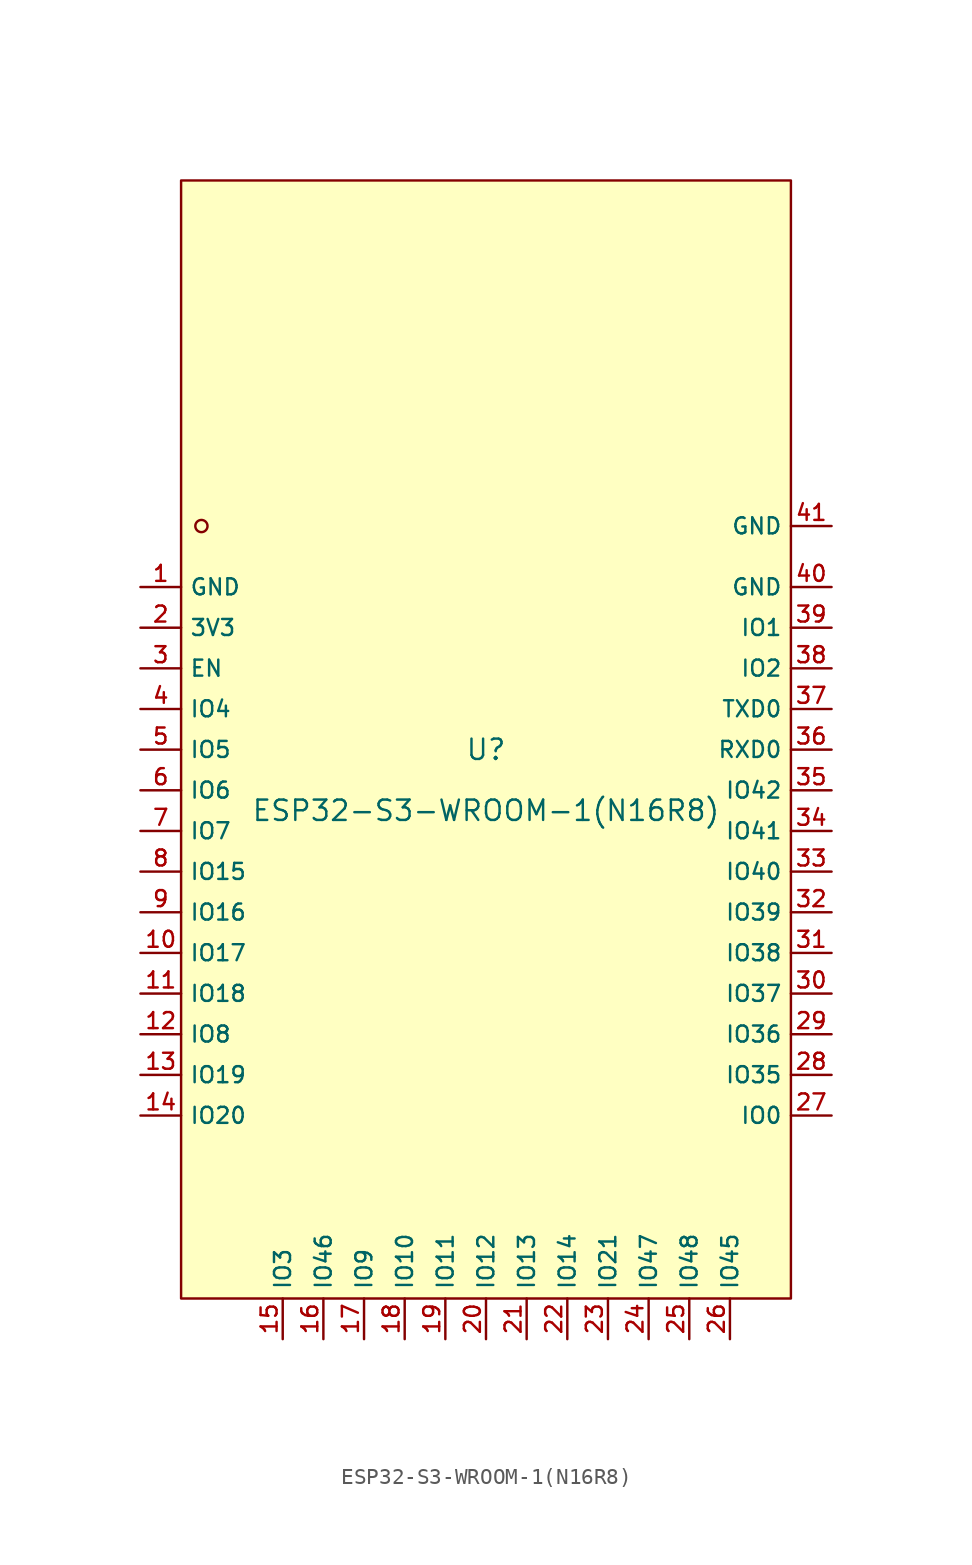
<source format=kicad_sym>
(kicad_symbol_lib
  (version 20210201)
  (generator TousstNicolas/JLC2KiCad_lib)
  (symbol "ESP32-S3-WROOM-1(N16R8)"
    (property "Reference" "U"
      (at 0 1.27 0)
      (effects (font (size 1.27 1.27))))
    (property "Value" "ESP32-S3-WROOM-1(N16R8)"
      (at 0 -2.54 0)
      (effects (font (size 1.27 1.27))))
    (symbol "ESP32-S3-WROOM-1(N16R8)_0_1"
      (rectangle (start -19.05 36.83) (end 19.05 -33.02) (stroke (width 0) (type default) (color 0 0 0 0)) (fill (type background)))
      (circle (center -17.78 15.24) (radius 0.381) (stroke (width 0) (type default) (color 0 0 0 0)) (fill (type background)))
      (pin unspecified line (at -21.59 11.43 0) (length 2.54) (name "GND" (effects (font (size 1 1)))) (number "1" (effects (font (size 1 1)))))
      (pin unspecified line (at -21.59 8.89 0) (length 2.54) (name "3V3" (effects (font (size 1 1)))) (number "2" (effects (font (size 1 1)))))
      (pin unspecified line (at -21.59 6.35 0) (length 2.54) (name "EN" (effects (font (size 1 1)))) (number "3" (effects (font (size 1 1)))))
      (pin unspecified line (at -21.59 3.81 0) (length 2.54) (name "IO4" (effects (font (size 1 1)))) (number "4" (effects (font (size 1 1)))))
      (pin unspecified line (at -21.59 1.27 0) (length 2.54) (name "IO5" (effects (font (size 1 1)))) (number "5" (effects (font (size 1 1)))))
      (pin unspecified line (at -21.59 -1.27 0) (length 2.54) (name "IO6" (effects (font (size 1 1)))) (number "6" (effects (font (size 1 1)))))
      (pin unspecified line (at -21.59 -3.81 0) (length 2.54) (name "IO7" (effects (font (size 1 1)))) (number "7" (effects (font (size 1 1)))))
      (pin unspecified line (at -21.59 -6.35 0) (length 2.54) (name "IO15" (effects (font (size 1 1)))) (number "8" (effects (font (size 1 1)))))
      (pin unspecified line (at -21.59 -8.89 0) (length 2.54) (name "IO16" (effects (font (size 1 1)))) (number "9" (effects (font (size 1 1)))))
      (pin unspecified line (at -21.59 -11.43 0) (length 2.54) (name "IO17" (effects (font (size 1 1)))) (number "10" (effects (font (size 1 1)))))
      (pin unspecified line (at -21.59 -13.97 0) (length 2.54) (name "IO18" (effects (font (size 1 1)))) (number "11" (effects (font (size 1 1)))))
      (pin unspecified line (at -21.59 -16.51 0) (length 2.54) (name "IO8" (effects (font (size 1 1)))) (number "12" (effects (font (size 1 1)))))
      (pin unspecified line (at -21.59 -19.05 0) (length 2.54) (name "IO19" (effects (font (size 1 1)))) (number "13" (effects (font (size 1 1)))))
      (pin unspecified line (at -21.59 -21.59 0) (length 2.54) (name "IO20" (effects (font (size 1 1)))) (number "14" (effects (font (size 1 1)))))
      (pin unspecified line (at -12.7 -35.56 90) (length 2.54) (name "IO3" (effects (font (size 1 1)))) (number "15" (effects (font (size 1 1)))))
      (pin unspecified line (at -10.16 -35.56 90) (length 2.54) (name "IO46" (effects (font (size 1 1)))) (number "16" (effects (font (size 1 1)))))
      (pin unspecified line (at -7.62 -35.56 90) (length 2.54) (name "IO9" (effects (font (size 1 1)))) (number "17" (effects (font (size 1 1)))))
      (pin unspecified line (at -5.08 -35.56 90) (length 2.54) (name "IO10" (effects (font (size 1 1)))) (number "18" (effects (font (size 1 1)))))
      (pin unspecified line (at -2.54 -35.56 90) (length 2.54) (name "IO11" (effects (font (size 1 1)))) (number "19" (effects (font (size 1 1)))))
      (pin unspecified line (at 0.0 -35.56 90) (length 2.54) (name "IO12" (effects (font (size 1 1)))) (number "20" (effects (font (size 1 1)))))
      (pin unspecified line (at 2.54 -35.56 90) (length 2.54) (name "IO13" (effects (font (size 1 1)))) (number "21" (effects (font (size 1 1)))))
      (pin unspecified line (at 5.08 -35.56 90) (length 2.54) (name "IO14" (effects (font (size 1 1)))) (number "22" (effects (font (size 1 1)))))
      (pin unspecified line (at 7.62 -35.56 90) (length 2.54) (name "IO21" (effects (font (size 1 1)))) (number "23" (effects (font (size 1 1)))))
      (pin unspecified line (at 10.16 -35.56 90) (length 2.54) (name "IO47" (effects (font (size 1 1)))) (number "24" (effects (font (size 1 1)))))
      (pin unspecified line (at 12.7 -35.56 90) (length 2.54) (name "IO48" (effects (font (size 1 1)))) (number "25" (effects (font (size 1 1)))))
      (pin unspecified line (at 15.24 -35.56 90) (length 2.54) (name "IO45" (effects (font (size 1 1)))) (number "26" (effects (font (size 1 1)))))
      (pin unspecified line (at 21.59 -21.59 180) (length 2.54) (name "IO0" (effects (font (size 1 1)))) (number "27" (effects (font (size 1 1)))))
      (pin unspecified line (at 21.59 -19.05 180) (length 2.54) (name "IO35" (effects (font (size 1 1)))) (number "28" (effects (font (size 1 1)))))
      (pin unspecified line (at 21.59 -16.51 180) (length 2.54) (name "IO36" (effects (font (size 1 1)))) (number "29" (effects (font (size 1 1)))))
      (pin unspecified line (at 21.59 -13.97 180) (length 2.54) (name "IO37" (effects (font (size 1 1)))) (number "30" (effects (font (size 1 1)))))
      (pin unspecified line (at 21.59 -11.43 180) (length 2.54) (name "IO38" (effects (font (size 1 1)))) (number "31" (effects (font (size 1 1)))))
      (pin unspecified line (at 21.59 -8.89 180) (length 2.54) (name "IO39" (effects (font (size 1 1)))) (number "32" (effects (font (size 1 1)))))
      (pin unspecified line (at 21.59 -6.35 180) (length 2.54) (name "IO40" (effects (font (size 1 1)))) (number "33" (effects (font (size 1 1)))))
      (pin unspecified line (at 21.59 -3.81 180) (length 2.54) (name "IO41" (effects (font (size 1 1)))) (number "34" (effects (font (size 1 1)))))
      (pin unspecified line (at 21.59 -1.27 180) (length 2.54) (name "IO42" (effects (font (size 1 1)))) (number "35" (effects (font (size 1 1)))))
      (pin unspecified line (at 21.59 1.27 180) (length 2.54) (name "RXD0" (effects (font (size 1 1)))) (number "36" (effects (font (size 1 1)))))
      (pin unspecified line (at 21.59 3.81 180) (length 2.54) (name "TXD0" (effects (font (size 1 1)))) (number "37" (effects (font (size 1 1)))))
      (pin unspecified line (at 21.59 6.35 180) (length 2.54) (name "IO2" (effects (font (size 1 1)))) (number "38" (effects (font (size 1 1)))))
      (pin unspecified line (at 21.59 8.89 180) (length 2.54) (name "IO1" (effects (font (size 1 1)))) (number "39" (effects (font (size 1 1)))))
      (pin unspecified line (at 21.59 11.43 180) (length 2.54) (name "GND" (effects (font (size 1 1)))) (number "40" (effects (font (size 1 1)))))
      (pin unspecified line (at 21.59 15.24 180) (length 2.54) (name "GND" (effects (font (size 1 1)))) (number "41" (effects (font (size 1 1))))))))
</source>
